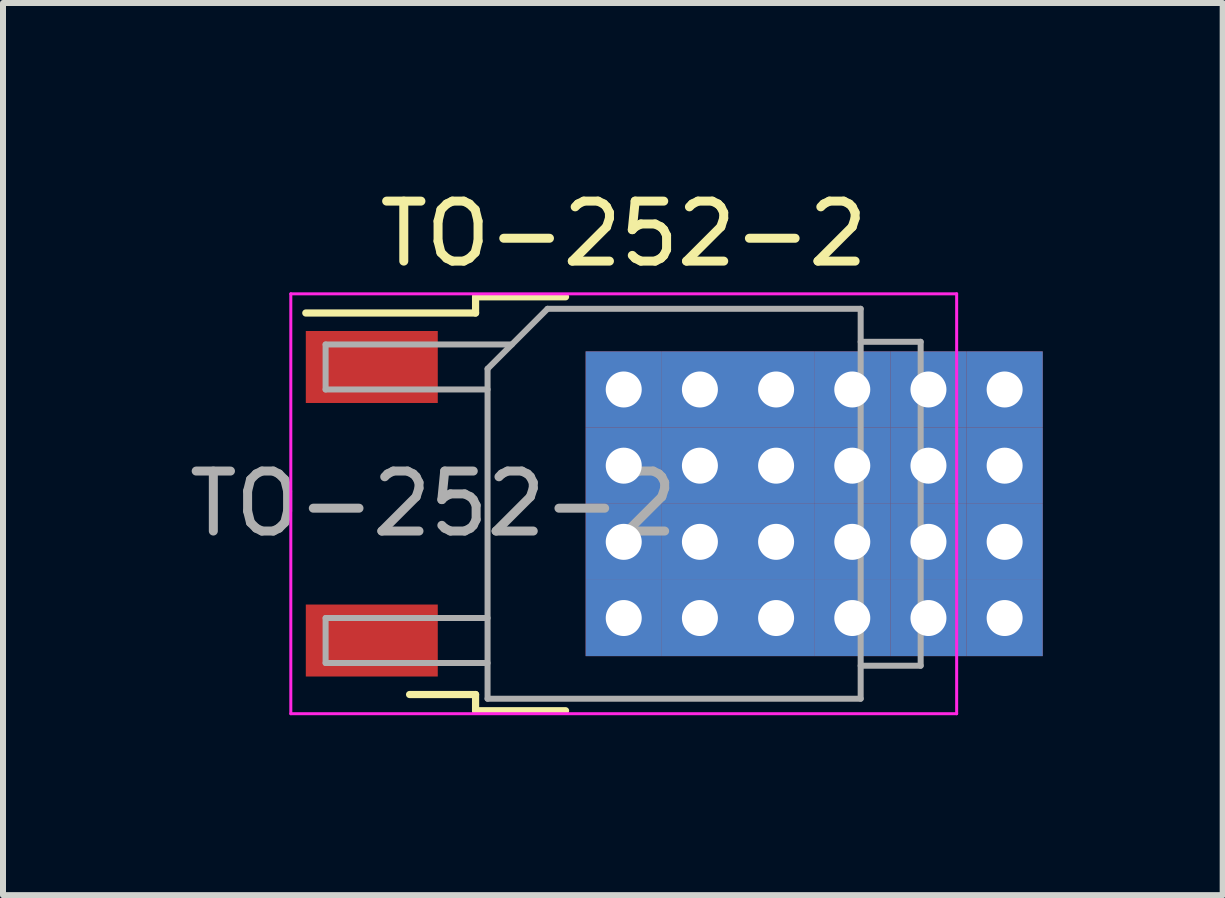
<source format=kicad_pcb>
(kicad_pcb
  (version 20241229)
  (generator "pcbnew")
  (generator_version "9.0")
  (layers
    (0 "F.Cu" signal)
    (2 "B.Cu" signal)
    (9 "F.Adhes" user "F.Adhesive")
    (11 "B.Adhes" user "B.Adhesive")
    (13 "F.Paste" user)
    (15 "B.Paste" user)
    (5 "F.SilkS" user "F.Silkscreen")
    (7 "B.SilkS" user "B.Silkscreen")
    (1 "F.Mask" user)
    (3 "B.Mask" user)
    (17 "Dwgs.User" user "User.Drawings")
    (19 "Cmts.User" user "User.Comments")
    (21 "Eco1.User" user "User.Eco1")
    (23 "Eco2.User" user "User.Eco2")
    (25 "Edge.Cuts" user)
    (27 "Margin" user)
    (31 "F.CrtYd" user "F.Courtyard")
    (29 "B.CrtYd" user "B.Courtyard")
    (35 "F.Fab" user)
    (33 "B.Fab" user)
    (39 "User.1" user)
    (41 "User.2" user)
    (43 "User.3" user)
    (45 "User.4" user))
  (footprint "TO-252-2"
    (layer "F.Cu")
    (at 7.348 5.348)
    (property "Reference" "TO-252-2" (at 0 -4.5 0) (layer "F.SilkS") (effects (font (size 1 1) (thickness 0.15))))
    (attr smd)
    (fp_line (start -2.47 -3.45) (end -2.47 -3.18) (stroke (width 0.12) (type solid)) (layer "F.SilkS"))
    (fp_line (start -2.47 -3.18) (end -5.3 -3.18) (stroke (width 0.12) (type solid)) (layer "F.SilkS"))
    (fp_line (start -2.47 3.18) (end -3.57 3.18) (stroke (width 0.12) (type solid)) (layer "F.SilkS"))
    (fp_line (start -2.47 3.45) (end -2.47 3.18) (stroke (width 0.12) (type solid)) (layer "F.SilkS"))
    (fp_line (start -0.97 -3.45) (end -2.47 -3.45) (stroke (width 0.12) (type solid)) (layer "F.SilkS"))
    (fp_line (start -0.97 3.45) (end -2.47 3.45) (stroke (width 0.12) (type solid)) (layer "F.SilkS"))
    (fp_line (start -5.55 -3.5) (end -5.55 3.5) (stroke (width 0.05) (type solid)) (layer "F.CrtYd"))
    (fp_line (start -5.55 3.5) (end 5.55 3.5) (stroke (width 0.05) (type solid)) (layer "F.CrtYd"))
    (fp_line (start 5.55 -3.5) (end -5.55 -3.5) (stroke (width 0.05) (type solid)) (layer "F.CrtYd"))
    (fp_line (start 5.55 3.5) (end 5.55 -3.5) (stroke (width 0.05) (type solid)) (layer "F.CrtYd"))
    (fp_line (start -4.97 -2.655) (end -4.97 -1.905) (stroke (width 0.1) (type solid)) (layer "F.Fab"))
    (fp_line (start -4.97 -1.905) (end -2.27 -1.905) (stroke (width 0.1) (type solid)) (layer "F.Fab"))
    (fp_line (start -4.97 1.905) (end -4.97 2.655) (stroke (width 0.1) (type solid)) (layer "F.Fab"))
    (fp_line (start -4.97 2.655) (end -2.27 2.655) (stroke (width 0.1) (type solid)) (layer "F.Fab"))
    (fp_line (start -2.27 -2.25) (end -1.27 -3.25) (stroke (width 0.1) (type solid)) (layer "F.Fab"))
    (fp_line (start -2.27 1.905) (end -4.97 1.905) (stroke (width 0.1) (type solid)) (layer "F.Fab"))
    (fp_line (start -2.27 3.25) (end -2.27 -2.25) (stroke (width 0.1) (type solid)) (layer "F.Fab"))
    (fp_line (start -1.865 -2.655) (end -4.97 -2.655) (stroke (width 0.1) (type solid)) (layer "F.Fab"))
    (fp_line (start -1.27 -3.25) (end 3.95 -3.25) (stroke (width 0.1) (type solid)) (layer "F.Fab"))
    (fp_line (start 3.95 -3.25) (end 3.95 3.25) (stroke (width 0.1) (type solid)) (layer "F.Fab"))
    (fp_line (start 3.95 -2.7) (end 4.95 -2.7) (stroke (width 0.1) (type solid)) (layer "F.Fab"))
    (fp_line (start 3.95 3.25) (end -2.27 3.25) (stroke (width 0.1) (type solid)) (layer "F.Fab"))
    (fp_line (start 4.95 -2.7) (end 4.95 2.7) (stroke (width 0.1) (type solid)) (layer "F.Fab"))
    (fp_line (start 4.95 2.7) (end 3.95 2.7) (stroke (width 0.1) (type solid)) (layer "F.Fab"))
    (fp_text user "${REFERENCE}" (at -3.175 0 0) (layer "F.Fab") (effects (font (size 1 1) (thickness 0.15))))
    (pad "1" smd rect (at -4.2 -2.28) (size 2.2 1.2) (layers "F.Cu" "F.Mask" "F.Paste"))
    (pad "2" thru_hole rect (at 0 -1.905) (size 1.27 1.27) (drill 0.6) (layers "*.Cu" "*.Mask"))
    (pad "2" thru_hole rect (at 0 -0.635) (size 1.27 1.27) (drill 0.6) (layers "*.Cu" "*.Mask"))
    (pad "2" thru_hole rect (at 0 0.635) (size 1.27 1.27) (drill 0.6) (layers "*.Cu" "*.Mask"))
    (pad "2" thru_hole rect (at 0 1.905) (size 1.27 1.27) (drill 0.6) (layers "*.Cu" "*.Mask"))
    (pad "2" thru_hole rect (at 1.27 -1.905) (size 1.27 1.27) (drill 0.6) (layers "*.Cu" "*.Mask"))
    (pad "2" thru_hole rect (at 1.27 -0.635) (size 1.27 1.27) (drill 0.6) (layers "*.Cu" "*.Mask"))
    (pad "2" thru_hole rect (at 1.27 0.635) (size 1.27 1.27) (drill 0.6) (layers "*.Cu" "*.Mask"))
    (pad "2" thru_hole rect (at 1.27 1.905) (size 1.27 1.27) (drill 0.6) (layers "*.Cu" "*.Mask"))
    (pad "2" thru_hole rect (at 2.54 -1.905) (size 1.27 1.27) (drill 0.6) (layers "*.Cu" "*.Mask"))
    (pad "2" thru_hole rect (at 2.54 -0.635) (size 1.27 1.27) (drill 0.6) (layers "*.Cu" "*.Mask"))
    (pad "2" thru_hole rect (at 2.54 0.635) (size 1.27 1.27) (drill 0.6) (layers "*.Cu" "*.Mask"))
    (pad "2" thru_hole rect (at 2.54 1.905) (size 1.27 1.27) (drill 0.6) (layers "*.Cu" "*.Mask"))
    (pad "2" thru_hole rect (at 3.81 -1.905) (size 1.27 1.27) (drill 0.6) (layers "*.Cu" "*.Mask"))
    (pad "2" thru_hole rect (at 3.81 -0.635) (size 1.27 1.27) (drill 0.6) (layers "*.Cu" "*.Mask"))
    (pad "2" thru_hole rect (at 3.81 0.635) (size 1.27 1.27) (drill 0.6) (layers "*.Cu" "*.Mask"))
    (pad "2" thru_hole rect (at 3.81 1.905) (size 1.27 1.27) (drill 0.6) (layers "*.Cu" "*.Mask"))
    (pad "2" thru_hole rect (at 5.08 -1.905) (size 1.27 1.27) (drill 0.6) (layers "*.Cu" "*.Mask"))
    (pad "2" thru_hole rect (at 5.08 -0.635) (size 1.27 1.27) (drill 0.6) (layers "*.Cu" "*.Mask"))
    (pad "2" thru_hole rect (at 5.08 0.635) (size 1.27 1.27) (drill 0.6) (layers "*.Cu" "*.Mask"))
    (pad "2" thru_hole rect (at 5.08 1.905) (size 1.27 1.27) (drill 0.6) (layers "*.Cu" "*.Mask"))
    (pad "2" thru_hole rect (at 6.35 -1.905) (size 1.27 1.27) (drill 0.6) (layers "*.Cu" "*.Mask"))
    (pad "2" thru_hole rect (at 6.35 -0.635) (size 1.27 1.27) (drill 0.6) (layers "*.Cu" "*.Mask"))
    (pad "2" thru_hole rect (at 6.35 0.635) (size 1.27 1.27) (drill 0.6) (layers "*.Cu" "*.Mask"))
    (pad "2" thru_hole rect (at 6.35 1.905) (size 1.27 1.27) (drill 0.6) (layers "*.Cu" "*.Mask"))
    (pad "3" smd rect (at -4.2 2.28) (size 2.2 1.2) (layers "F.Cu" "F.Mask" "F.Paste")))
  (gr_rect
    (start -3 -3)
    (end 17.333 11.873)
    (stroke (width 0.1) (type default))
    (fill no)
    (layer "Edge.Cuts")))
</source>
